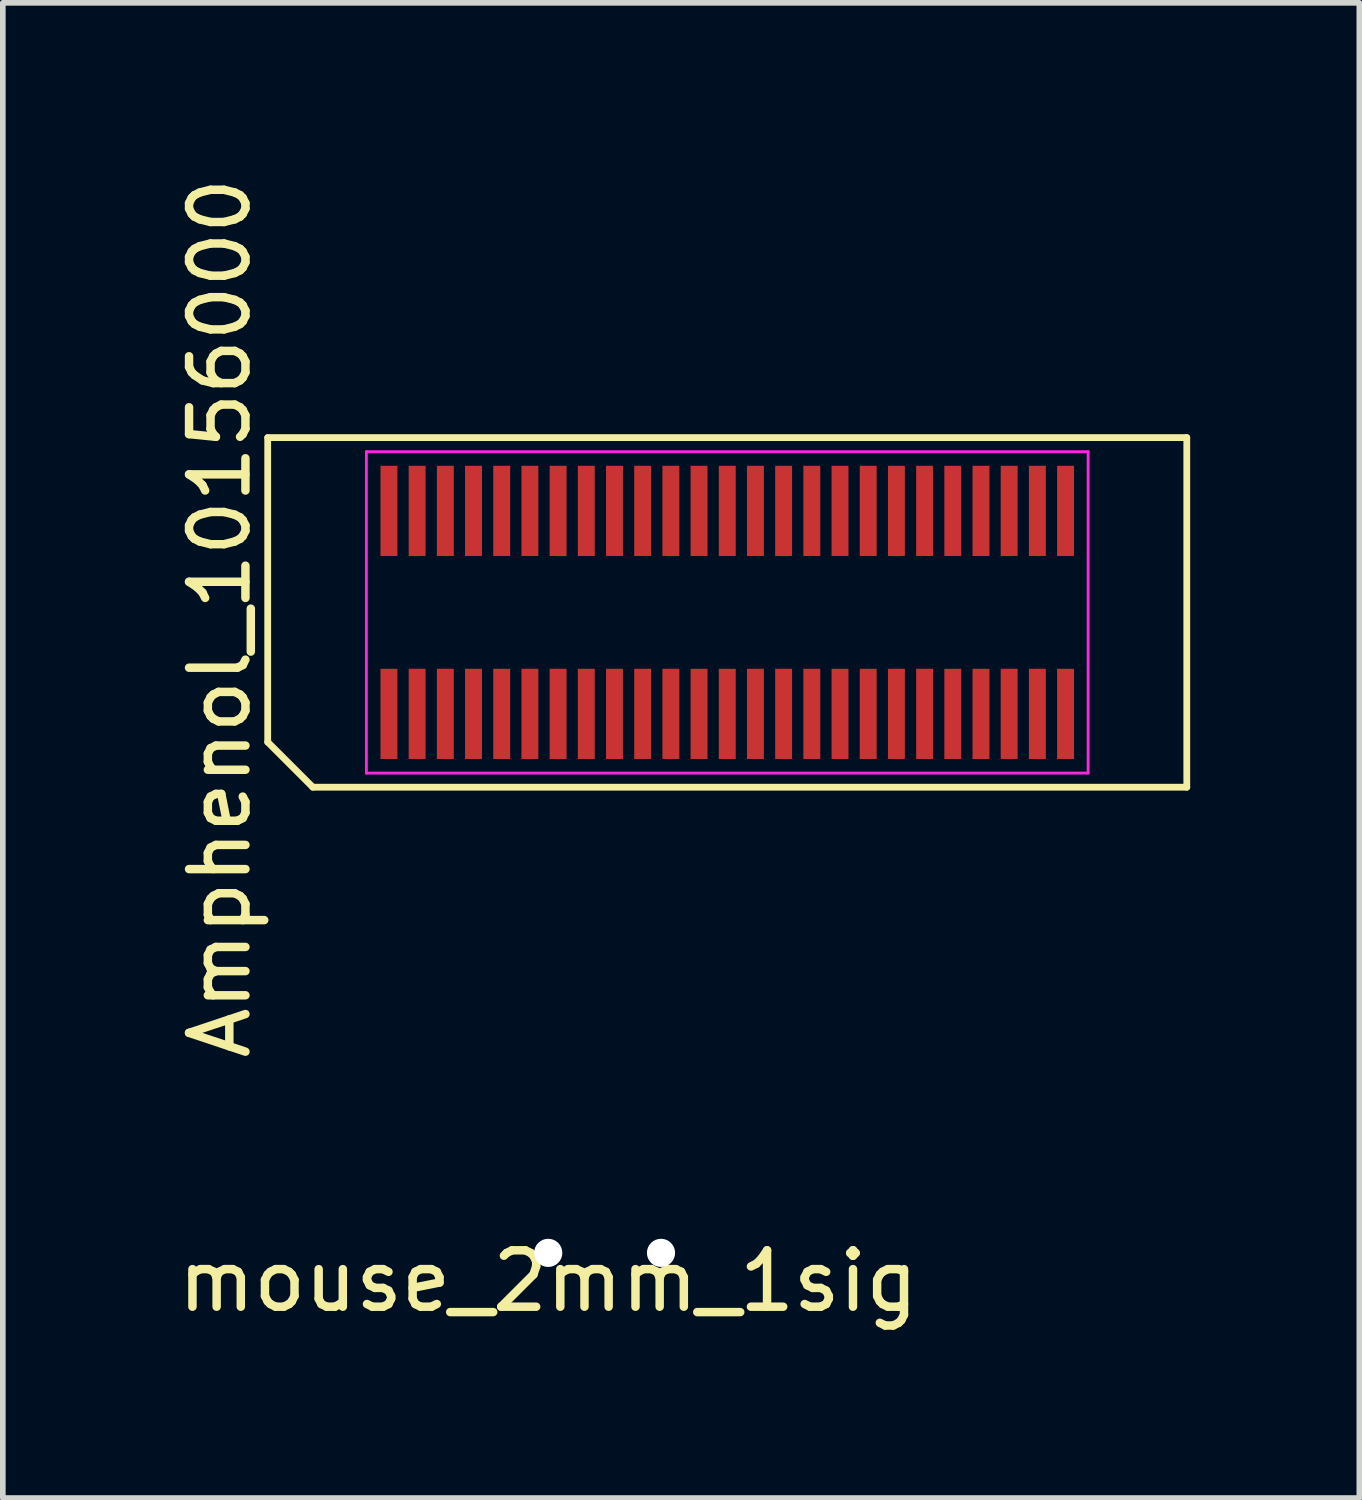
<source format=kicad_pcb>
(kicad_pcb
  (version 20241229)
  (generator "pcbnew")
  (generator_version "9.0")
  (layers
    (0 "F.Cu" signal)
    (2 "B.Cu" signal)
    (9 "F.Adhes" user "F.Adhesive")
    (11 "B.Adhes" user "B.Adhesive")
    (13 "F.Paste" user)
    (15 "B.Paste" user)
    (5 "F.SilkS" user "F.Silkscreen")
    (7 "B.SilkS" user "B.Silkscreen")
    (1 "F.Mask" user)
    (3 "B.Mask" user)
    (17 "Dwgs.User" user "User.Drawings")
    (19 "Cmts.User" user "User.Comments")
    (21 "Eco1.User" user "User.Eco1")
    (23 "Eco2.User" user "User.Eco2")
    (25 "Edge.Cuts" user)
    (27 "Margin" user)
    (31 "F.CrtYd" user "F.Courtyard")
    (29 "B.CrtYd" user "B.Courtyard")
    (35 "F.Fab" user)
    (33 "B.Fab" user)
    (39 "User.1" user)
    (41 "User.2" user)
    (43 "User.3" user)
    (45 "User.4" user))
  (footprint "mouse_2mm_1sig"
    (layer "F.Cu")
    (at 6.673 19.17)
    (property "Reference" "mouse_2mm_1sig" (at 0 0.5 0) (layer "F.SilkS") (effects (font (size 1 1) (thickness 0.15))))
    (attr through_hole)
    (pad "" np_thru_hole circle (at 0 0) (size 0.5 0.5) (drill 0.5) (layers "*.Cu" "*.Mask"))
    (pad "" np_thru_hole circle (at 2 0) (size 0.5 0.5) (drill 0.5) (layers "*.Cu" "*.Mask")))
  (footprint "Amphenol_10156000"
    (layer "F.Cu")
    (at 9.848 7.811)
    (property "Reference" "Amphenol_10156000" (at -9 0.1 90) (layer "F.SilkS") (effects (font (size 1 1) (thickness 0.15))))
    (attr smd)
    (fp_line (start -8.15 -3.1) (end 8.15 -3.1) (stroke (width 0.12) (type solid)) (layer "F.SilkS"))
    (fp_line (start -8.15 2.3) (end -8.15 -3.1) (stroke (width 0.12) (type solid)) (layer "F.SilkS"))
    (fp_line (start -7.35 3.1) (end -8.15 2.3) (stroke (width 0.12) (type solid)) (layer "F.SilkS"))
    (fp_line (start 8.15 -3.1) (end 8.15 3.1) (stroke (width 0.12) (type solid)) (layer "F.SilkS"))
    (fp_line (start 8.15 3.1) (end -7.35 3.1) (stroke (width 0.12) (type solid)) (layer "F.SilkS"))
    (fp_line (start -6.4 -2.85) (end 6.4 -2.85) (stroke (width 0.05) (type solid)) (layer "F.CrtYd"))
    (fp_line (start -6.4 2.85) (end -6.4 -2.85) (stroke (width 0.05) (type solid)) (layer "F.CrtYd"))
    (fp_line (start 6.4 -2.85) (end 6.4 2.85) (stroke (width 0.05) (type solid)) (layer "F.CrtYd"))
    (fp_line (start 6.4 2.85) (end -6.4 2.85) (stroke (width 0.05) (type solid)) (layer "F.CrtYd"))
    (pad "1" smd rect (at -6 1.8) (size 0.3 1.6) (layers "F.Cu" "F.Mask" "F.Paste"))
    (pad "2" smd rect (at -5.5 1.8) (size 0.3 1.6) (layers "F.Cu" "F.Mask" "F.Paste"))
    (pad "3" smd rect (at -5 1.8) (size 0.3 1.6) (layers "F.Cu" "F.Mask" "F.Paste"))
    (pad "4" smd rect (at -4.5 1.8) (size 0.3 1.6) (layers "F.Cu" "F.Mask" "F.Paste"))
    (pad "5" smd rect (at -4 1.8) (size 0.3 1.6) (layers "F.Cu" "F.Mask" "F.Paste"))
    (pad "6" smd rect (at -3.5 1.8) (size 0.3 1.6) (layers "F.Cu" "F.Mask" "F.Paste"))
    (pad "7" smd rect (at -3 1.8) (size 0.3 1.6) (layers "F.Cu" "F.Mask" "F.Paste"))
    (pad "8" smd rect (at -2.5 1.8) (size 0.3 1.6) (layers "F.Cu" "F.Mask" "F.Paste"))
    (pad "9" smd rect (at -2 1.8) (size 0.3 1.6) (layers "F.Cu" "F.Mask" "F.Paste"))
    (pad "10" smd rect (at -1.5 1.8) (size 0.3 1.6) (layers "F.Cu" "F.Mask" "F.Paste"))
    (pad "11" smd rect (at -1 1.8) (size 0.3 1.6) (layers "F.Cu" "F.Mask" "F.Paste"))
    (pad "12" smd rect (at -0.5 1.8) (size 0.3 1.6) (layers "F.Cu" "F.Mask" "F.Paste"))
    (pad "13" smd rect (at 0 1.8) (size 0.3 1.6) (layers "F.Cu" "F.Mask" "F.Paste"))
    (pad "14" smd rect (at 0.5 1.8) (size 0.3 1.6) (layers "F.Cu" "F.Mask" "F.Paste"))
    (pad "15" smd rect (at 1 1.8) (size 0.3 1.6) (layers "F.Cu" "F.Mask" "F.Paste"))
    (pad "16" smd rect (at 1.5 1.8) (size 0.3 1.6) (layers "F.Cu" "F.Mask" "F.Paste"))
    (pad "17" smd rect (at 2 1.8) (size 0.3 1.6) (layers "F.Cu" "F.Mask" "F.Paste"))
    (pad "18" smd rect (at 2.5 1.8) (size 0.3 1.6) (layers "F.Cu" "F.Mask" "F.Paste"))
    (pad "19" smd rect (at 3 1.8) (size 0.3 1.6) (layers "F.Cu" "F.Mask" "F.Paste"))
    (pad "20" smd rect (at 3.5 1.8) (size 0.3 1.6) (layers "F.Cu" "F.Mask" "F.Paste"))
    (pad "21" smd rect (at 4 1.8) (size 0.3 1.6) (layers "F.Cu" "F.Mask" "F.Paste"))
    (pad "22" smd rect (at 4.5 1.8) (size 0.3 1.6) (layers "F.Cu" "F.Mask" "F.Paste"))
    (pad "23" smd rect (at 5 1.8) (size 0.3 1.6) (layers "F.Cu" "F.Mask" "F.Paste"))
    (pad "24" smd rect (at 5.5 1.8) (size 0.3 1.6) (layers "F.Cu" "F.Mask" "F.Paste"))
    (pad "25" smd rect (at 6 1.8) (size 0.3 1.6) (layers "F.Cu" "F.Mask" "F.Paste"))
    (pad "26" smd rect (at 6 -1.8) (size 0.3 1.6) (layers "F.Cu" "F.Mask" "F.Paste"))
    (pad "27" smd rect (at 5.5 -1.8) (size 0.3 1.6) (layers "F.Cu" "F.Mask" "F.Paste"))
    (pad "28" smd rect (at 5 -1.8) (size 0.3 1.6) (layers "F.Cu" "F.Mask" "F.Paste"))
    (pad "29" smd rect (at 4.5 -1.8) (size 0.3 1.6) (layers "F.Cu" "F.Mask" "F.Paste"))
    (pad "30" smd rect (at 4 -1.8) (size 0.3 1.6) (layers "F.Cu" "F.Mask" "F.Paste"))
    (pad "31" smd rect (at 3.5 -1.8) (size 0.3 1.6) (layers "F.Cu" "F.Mask" "F.Paste"))
    (pad "32" smd rect (at 3 -1.8) (size 0.3 1.6) (layers "F.Cu" "F.Mask" "F.Paste"))
    (pad "33" smd rect (at 2.5 -1.8) (size 0.3 1.6) (layers "F.Cu" "F.Mask" "F.Paste"))
    (pad "34" smd rect (at 2 -1.8) (size 0.3 1.6) (layers "F.Cu" "F.Mask" "F.Paste"))
    (pad "35" smd rect (at 1.5 -1.8) (size 0.3 1.6) (layers "F.Cu" "F.Mask" "F.Paste"))
    (pad "36" smd rect (at 1 -1.8) (size 0.3 1.6) (layers "F.Cu" "F.Mask" "F.Paste"))
    (pad "37" smd rect (at 0.5 -1.8) (size 0.3 1.6) (layers "F.Cu" "F.Mask" "F.Paste"))
    (pad "38" smd rect (at 0 -1.8) (size 0.3 1.6) (layers "F.Cu" "F.Mask" "F.Paste"))
    (pad "39" smd rect (at -0.5 -1.8) (size 0.3 1.6) (layers "F.Cu" "F.Mask" "F.Paste"))
    (pad "40" smd rect (at -1 -1.8) (size 0.3 1.6) (layers "F.Cu" "F.Mask" "F.Paste"))
    (pad "41" smd rect (at -1.5 -1.8) (size 0.3 1.6) (layers "F.Cu" "F.Mask" "F.Paste"))
    (pad "42" smd rect (at -2 -1.8) (size 0.3 1.6) (layers "F.Cu" "F.Mask" "F.Paste"))
    (pad "43" smd rect (at -2.5 -1.8) (size 0.3 1.6) (layers "F.Cu" "F.Mask" "F.Paste"))
    (pad "44" smd rect (at -3 -1.8) (size 0.3 1.6) (layers "F.Cu" "F.Mask" "F.Paste"))
    (pad "45" smd rect (at -3.5 -1.8) (size 0.3 1.6) (layers "F.Cu" "F.Mask" "F.Paste"))
    (pad "46" smd rect (at -4 -1.8) (size 0.3 1.6) (layers "F.Cu" "F.Mask" "F.Paste"))
    (pad "47" smd rect (at -4.5 -1.8) (size 0.3 1.6) (layers "F.Cu" "F.Mask" "F.Paste"))
    (pad "48" smd rect (at -5 -1.8) (size 0.3 1.6) (layers "F.Cu" "F.Mask" "F.Paste"))
    (pad "49" smd rect (at -5.5 -1.8) (size 0.3 1.6) (layers "F.Cu" "F.Mask" "F.Paste"))
    (pad "50" smd rect (at -6 -1.8) (size 0.3 1.6) (layers "F.Cu" "F.Mask" "F.Paste")))
  (gr_rect
    (start -3 -3)
    (end 21.058 23.518)
    (stroke (width 0.1) (type default))
    (fill no)
    (layer "Edge.Cuts")))
</source>
